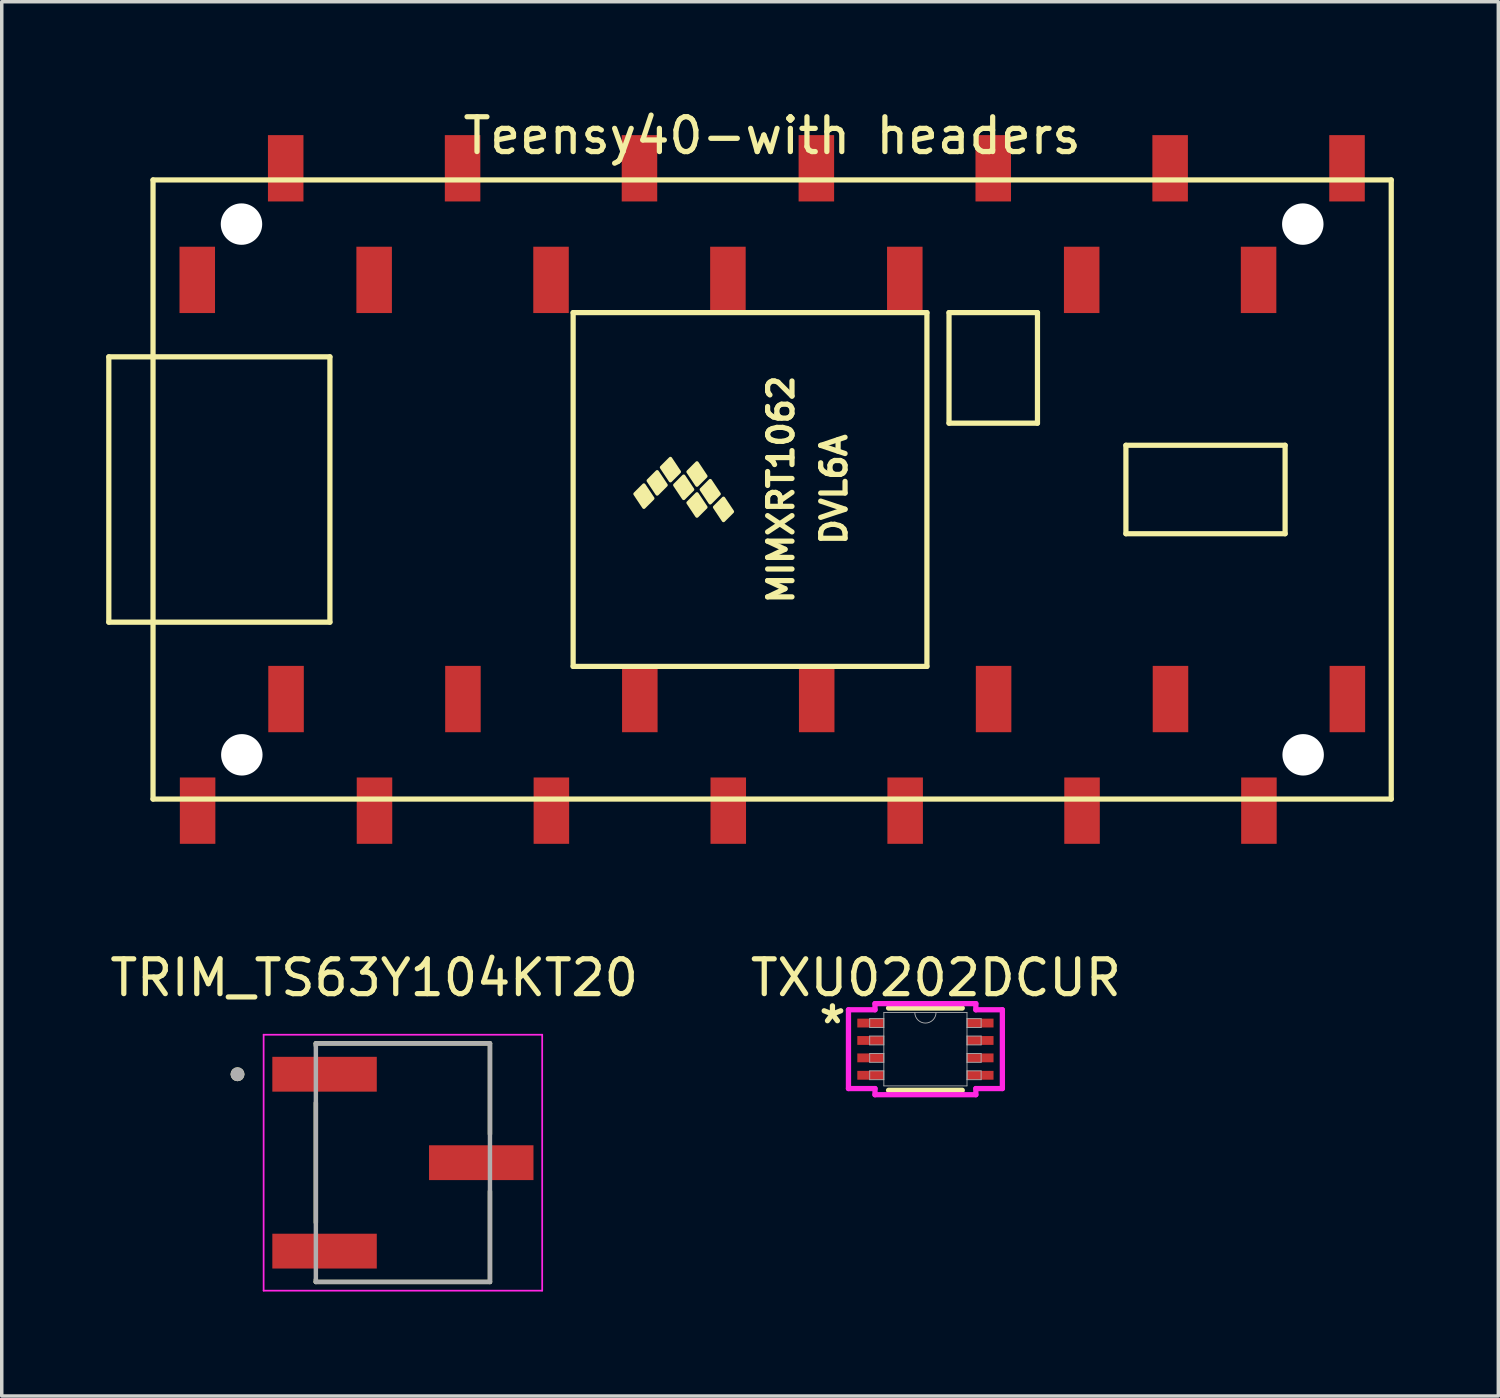
<source format=kicad_pcb>
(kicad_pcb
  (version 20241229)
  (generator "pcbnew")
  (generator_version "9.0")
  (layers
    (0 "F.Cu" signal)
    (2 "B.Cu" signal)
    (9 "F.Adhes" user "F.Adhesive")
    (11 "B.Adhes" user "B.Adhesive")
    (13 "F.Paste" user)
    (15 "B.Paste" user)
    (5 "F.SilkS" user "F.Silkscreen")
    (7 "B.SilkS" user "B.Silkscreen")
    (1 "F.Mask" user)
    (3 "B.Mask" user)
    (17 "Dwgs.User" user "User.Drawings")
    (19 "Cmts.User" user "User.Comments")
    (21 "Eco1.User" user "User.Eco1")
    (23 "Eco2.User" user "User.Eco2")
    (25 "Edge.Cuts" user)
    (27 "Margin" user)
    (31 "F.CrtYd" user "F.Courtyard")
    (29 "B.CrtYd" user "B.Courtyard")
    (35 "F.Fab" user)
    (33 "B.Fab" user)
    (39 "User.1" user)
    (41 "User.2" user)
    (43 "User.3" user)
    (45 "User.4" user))
  (footprint "Teensy40-with headers"
    (layer "F.Cu")
    (at 19.125 11.008)
    (property "Reference" "Teensy40-with headers" (at 0 -10.16 0) (layer "F.SilkS") (effects (font (size 1 1) (thickness 0.15))))
    (attr through_hole)
    (fp_line (start -19.05 -3.81) (end -17.78 -3.81) (stroke (width 0.15) (type solid)) (layer "F.SilkS"))
    (fp_line (start -19.05 3.81) (end -19.05 -3.81) (stroke (width 0.15) (type solid)) (layer "F.SilkS"))
    (fp_line (start -17.78 -8.89) (end 17.78 -8.89) (stroke (width 0.15) (type solid)) (layer "F.SilkS"))
    (fp_line (start -17.78 3.81) (end -19.05 3.81) (stroke (width 0.15) (type solid)) (layer "F.SilkS"))
    (fp_line (start -17.78 8.89) (end -17.78 -8.89) (stroke (width 0.15) (type solid)) (layer "F.SilkS"))
    (fp_line (start -12.7 -3.81) (end -17.78 -3.81) (stroke (width 0.15) (type solid)) (layer "F.SilkS"))
    (fp_line (start -12.7 3.81) (end -17.78 3.81) (stroke (width 0.15) (type solid)) (layer "F.SilkS"))
    (fp_line (start -12.7 3.81) (end -12.7 -3.81) (stroke (width 0.15) (type solid)) (layer "F.SilkS"))
    (fp_line (start -5.715 -5.08) (end -5.715 5.08) (stroke (width 0.15) (type solid)) (layer "F.SilkS"))
    (fp_line (start 4.445 -5.08) (end -5.715 -5.08) (stroke (width 0.15) (type solid)) (layer "F.SilkS"))
    (fp_line (start 4.445 5.08) (end -5.715 5.08) (stroke (width 0.15) (type solid)) (layer "F.SilkS"))
    (fp_line (start 4.445 5.08) (end 4.445 -5.08) (stroke (width 0.15) (type solid)) (layer "F.SilkS"))
    (fp_line (start 5.08 -5.08) (end 7.62 -5.08) (stroke (width 0.15) (type solid)) (layer "F.SilkS"))
    (fp_line (start 5.08 -1.905) (end 5.08 -5.08) (stroke (width 0.15) (type solid)) (layer "F.SilkS"))
    (fp_line (start 7.62 -5.08) (end 7.62 -1.905) (stroke (width 0.15) (type solid)) (layer "F.SilkS"))
    (fp_line (start 7.62 -1.905) (end 5.08 -1.905) (stroke (width 0.15) (type solid)) (layer "F.SilkS"))
    (fp_line (start 10.16 -1.27) (end 14.732 -1.27) (stroke (width 0.15) (type solid)) (layer "F.SilkS"))
    (fp_line (start 10.16 1.27) (end 10.16 -1.27) (stroke (width 0.15) (type solid)) (layer "F.SilkS"))
    (fp_line (start 14.732 -1.27) (end 14.732 1.27) (stroke (width 0.15) (type solid)) (layer "F.SilkS"))
    (fp_line (start 14.732 1.27) (end 10.16 1.27) (stroke (width 0.15) (type solid)) (layer "F.SilkS"))
    (fp_line (start 17.78 -8.89) (end 17.78 8.89) (stroke (width 0.15) (type solid)) (layer "F.SilkS"))
    (fp_line (start 17.78 8.89) (end -17.78 8.89) (stroke (width 0.15) (type solid)) (layer "F.SilkS"))
    (fp_poly (pts (xy -3.937 0.127) (xy -3.683 -0.127) (xy -3.429 0.254) (xy -3.683 0.508)) (stroke (width 0.1) (type solid)) (fill yes) (layer "F.SilkS"))
    (fp_poly (pts (xy -3.556 -0.254) (xy -3.302 -0.508) (xy -3.048 -0.127) (xy -3.302 0.127)) (stroke (width 0.1) (type solid)) (fill yes) (layer "F.SilkS"))
    (fp_poly (pts (xy -3.175 -0.635) (xy -2.921 -0.889) (xy -2.667 -0.508) (xy -2.921 -0.254)) (stroke (width 0.1) (type solid)) (fill yes) (layer "F.SilkS"))
    (fp_poly (pts (xy -2.794 -0.127) (xy -2.54 -0.381) (xy -2.286 0) (xy -2.54 0.254)) (stroke (width 0.1) (type solid)) (fill yes) (layer "F.SilkS"))
    (fp_poly (pts (xy -2.413 -0.508) (xy -2.159 -0.762) (xy -1.905 -0.381) (xy -2.159 -0.127)) (stroke (width 0.1) (type solid)) (fill yes) (layer "F.SilkS"))
    (fp_poly (pts (xy -2.413 0.381) (xy -2.159 0.127) (xy -1.905 0.508) (xy -2.159 0.762)) (stroke (width 0.1) (type solid)) (fill yes) (layer "F.SilkS"))
    (fp_poly (pts (xy -2.032 0) (xy -1.778 -0.254) (xy -1.524 0.127) (xy -1.778 0.381)) (stroke (width 0.1) (type solid)) (fill yes) (layer "F.SilkS"))
    (fp_poly (pts (xy -1.651 0.508) (xy -1.397 0.254) (xy -1.143 0.635) (xy -1.397 0.889)) (stroke (width 0.1) (type solid)) (fill yes) (layer "F.SilkS"))
    (fp_text user "DVL6A" (at 1.778 0 90) (layer "F.SilkS") (effects (font (size 0.7 0.7) (thickness 0.15))))
    (fp_text user "MIMXRT1062" (at 0.254 0 90) (layer "F.SilkS") (effects (font (size 0.7 0.7) (thickness 0.15))))
    (pad "" np_thru_hole circle (at -15.24 -7.622) (size 1.19 1.19) (drill 1.19) (layers "*.Cu" "*.Mask"))
    (pad "" np_thru_hole circle (at -15.23 7.62 180) (size 1.19 1.19) (drill 1.19) (layers "*.Cu" "*.Mask"))
    (pad "" np_thru_hole circle (at 15.24 -7.622) (size 1.19 1.19) (drill 1.19) (layers "*.Cu" "*.Mask"))
    (pad "" np_thru_hole circle (at 15.25 7.62 180) (size 1.19 1.19) (drill 1.19) (layers "*.Cu" "*.Mask"))
    (pad "1" smd rect (at -16.5 9.223 180) (size 1.02 1.905) (layers "F.Cu" "F.Mask" "F.Paste"))
    (pad "2" smd rect (at -13.96 6.018 180) (size 1.02 1.905) (layers "F.Cu" "F.Mask" "F.Paste"))
    (pad "3" smd rect (at -11.42 9.223 180) (size 1.02 1.905) (layers "F.Cu" "F.Mask" "F.Paste"))
    (pad "4" smd rect (at -8.88 6.018 180) (size 1.02 1.905) (layers "F.Cu" "F.Mask" "F.Paste"))
    (pad "5" smd rect (at -6.34 9.223 180) (size 1.02 1.905) (layers "F.Cu" "F.Mask" "F.Paste"))
    (pad "6" smd rect (at -3.8 6.018 180) (size 1.02 1.905) (layers "F.Cu" "F.Mask" "F.Paste"))
    (pad "7" smd rect (at -1.26 9.223 180) (size 1.02 1.905) (layers "F.Cu" "F.Mask" "F.Paste"))
    (pad "8" smd rect (at 1.28 6.018 180) (size 1.02 1.905) (layers "F.Cu" "F.Mask" "F.Paste"))
    (pad "9" smd rect (at 3.82 9.223 180) (size 1.02 1.905) (layers "F.Cu" "F.Mask" "F.Paste"))
    (pad "10" smd rect (at 6.36 6.018 180) (size 1.02 1.905) (layers "F.Cu" "F.Mask" "F.Paste"))
    (pad "11" smd rect (at 8.9 9.223 180) (size 1.02 1.905) (layers "F.Cu" "F.Mask" "F.Paste"))
    (pad "12" smd rect (at 11.44 6.018 180) (size 1.02 1.905) (layers "F.Cu" "F.Mask" "F.Paste"))
    (pad "13" smd rect (at 13.98 9.223 180) (size 1.02 1.905) (layers "F.Cu" "F.Mask" "F.Paste"))
    (pad "14" smd rect (at 16.52 6.018 180) (size 1.02 1.905) (layers "F.Cu" "F.Mask" "F.Paste"))
    (pad "20" smd rect (at 16.51 -9.225) (size 1.02 1.905) (layers "F.Cu" "F.Mask" "F.Paste"))
    (pad "21" smd rect (at 13.97 -6.02) (size 1.02 1.905) (layers "F.Cu" "F.Mask" "F.Paste"))
    (pad "22" smd rect (at 11.43 -9.225) (size 1.02 1.905) (layers "F.Cu" "F.Mask" "F.Paste"))
    (pad "23" smd rect (at 8.89 -6.02) (size 1.02 1.905) (layers "F.Cu" "F.Mask" "F.Paste"))
    (pad "24" smd rect (at 6.35 -9.225) (size 1.02 1.905) (layers "F.Cu" "F.Mask" "F.Paste"))
    (pad "25" smd rect (at 3.81 -6.02) (size 1.02 1.905) (layers "F.Cu" "F.Mask" "F.Paste"))
    (pad "26" smd rect (at 1.27 -9.225) (size 1.02 1.905) (layers "F.Cu" "F.Mask" "F.Paste"))
    (pad "27" smd rect (at -1.27 -6.02) (size 1.02 1.905) (layers "F.Cu" "F.Mask" "F.Paste"))
    (pad "28" smd rect (at -3.81 -9.225) (size 1.02 1.905) (layers "F.Cu" "F.Mask" "F.Paste"))
    (pad "29" smd rect (at -6.35 -6.02) (size 1.02 1.905) (layers "F.Cu" "F.Mask" "F.Paste"))
    (pad "30" smd rect (at -8.89 -9.225) (size 1.02 1.905) (layers "F.Cu" "F.Mask" "F.Paste"))
    (pad "31" smd rect (at -11.43 -6.02) (size 1.02 1.905) (layers "F.Cu" "F.Mask" "F.Paste"))
    (pad "32" smd rect (at -13.97 -9.225) (size 1.02 1.905) (layers "F.Cu" "F.Mask" "F.Paste"))
    (pad "33" smd rect (at -16.51 -6.02) (size 1.02 1.905) (layers "F.Cu" "F.Mask" "F.Paste")))
  (footprint "TRIM_TS63Y104KT20"
    (layer "F.Cu")
    (at 8.521 30.341)
    (property "Reference" "TRIM_TS63Y104KT20" (at -0.825 -5.31 0) (layer "F.SilkS") (effects (font (size 1 1) (thickness 0.15))))
    (attr smd)
    (fp_line (start -2.5 -3.425) (end 2.5 -3.425) (stroke (width 0.127) (type solid)) (layer "F.SilkS"))
    (fp_line (start -2.5 -3.36) (end -2.5 -3.425) (stroke (width 0.127) (type solid)) (layer "F.SilkS"))
    (fp_line (start -2.5 -1.72) (end -2.5 1.72) (stroke (width 0.127) (type solid)) (layer "F.SilkS"))
    (fp_line (start -2.5 3.425) (end -2.5 3.36) (stroke (width 0.127) (type solid)) (layer "F.SilkS"))
    (fp_line (start 2.5 -3.425) (end 2.5 -0.82) (stroke (width 0.127) (type solid)) (layer "F.SilkS"))
    (fp_line (start 2.5 3.425) (end -2.5 3.425) (stroke (width 0.127) (type solid)) (layer "F.SilkS"))
    (fp_line (start 2.5 3.425) (end 2.5 0.82) (stroke (width 0.127) (type solid)) (layer "F.SilkS"))
    (fp_circle (center -4.75 -2.54) (end -4.65 -2.54) (stroke (width 0.2) (type solid)) (fill no) (layer "F.SilkS"))
    (fp_line (start -4 -3.675) (end -4 3.675) (stroke (width 0.05) (type solid)) (layer "F.CrtYd"))
    (fp_line (start -4 3.675) (end 4 3.675) (stroke (width 0.05) (type solid)) (layer "F.CrtYd"))
    (fp_line (start 4 -3.675) (end -4 -3.675) (stroke (width 0.05) (type solid)) (layer "F.CrtYd"))
    (fp_line (start 4 3.675) (end 4 -3.675) (stroke (width 0.05) (type solid)) (layer "F.CrtYd"))
    (fp_line (start -2.5 -3.425) (end 2.5 -3.425) (stroke (width 0.127) (type solid)) (layer "F.Fab"))
    (fp_line (start -2.5 3.425) (end -2.5 -3.425) (stroke (width 0.127) (type solid)) (layer "F.Fab"))
    (fp_line (start 2.5 -3.425) (end 2.5 3.425) (stroke (width 0.127) (type solid)) (layer "F.Fab"))
    (fp_line (start 2.5 3.425) (end -2.5 3.425) (stroke (width 0.127) (type solid)) (layer "F.Fab"))
    (fp_circle (center -4.75 -2.54) (end -4.65 -2.54) (stroke (width 0.2) (type solid)) (fill no) (layer "F.Fab"))
    (pad "1" smd rect (at -2.25 -2.54) (size 3 1) (layers "F.Cu" "F.Mask" "F.Paste"))
    (pad "2" smd rect (at 2.25 0) (size 3 1) (layers "F.Cu" "F.Mask" "F.Paste"))
    (pad "3" smd rect (at -2.25 2.54) (size 3 1) (layers "F.Cu" "F.Mask" "F.Paste")))
  (footprint "TXU0202DCUR"
    (layer "F.Cu")
    (at 23.527 27.081)
    (property "Reference" "TXU0202DCUR" (at 0.3 -2.05 0) (unlocked yes) (layer "F.SilkS") (effects (font (size 1 1) (thickness 0.15))))
    (attr smd)
    (fp_line (start -1.058 1.181) (end 1.058 1.181) (stroke (width 0.152) (type solid)) (layer "F.SilkS"))
    (fp_line (start 1.058 -1.181) (end -1.058 -1.181) (stroke (width 0.152) (type solid)) (layer "F.SilkS"))
    (fp_line (start -2.21 -1.131) (end -1.448 -1.131) (stroke (width 0.152) (type solid)) (layer "F.CrtYd"))
    (fp_line (start -2.21 1.131) (end -2.21 -1.131) (stroke (width 0.152) (type solid)) (layer "F.CrtYd"))
    (fp_line (start -2.21 1.131) (end -1.448 1.131) (stroke (width 0.152) (type solid)) (layer "F.CrtYd"))
    (fp_line (start -1.448 -1.308) (end 1.448 -1.308) (stroke (width 0.152) (type solid)) (layer "F.CrtYd"))
    (fp_line (start -1.448 -1.131) (end -1.448 -1.308) (stroke (width 0.152) (type solid)) (layer "F.CrtYd"))
    (fp_line (start -1.448 1.308) (end -1.448 1.131) (stroke (width 0.152) (type solid)) (layer "F.CrtYd"))
    (fp_line (start 1.448 -1.308) (end 1.448 -1.131) (stroke (width 0.152) (type solid)) (layer "F.CrtYd"))
    (fp_line (start 1.448 1.131) (end 1.448 1.308) (stroke (width 0.152) (type solid)) (layer "F.CrtYd"))
    (fp_line (start 1.448 1.308) (end -1.448 1.308) (stroke (width 0.152) (type solid)) (layer "F.CrtYd"))
    (fp_line (start 2.21 -1.131) (end 1.448 -1.131) (stroke (width 0.152) (type solid)) (layer "F.CrtYd"))
    (fp_line (start 2.21 -1.131) (end 2.21 1.131) (stroke (width 0.152) (type solid)) (layer "F.CrtYd"))
    (fp_line (start 2.21 1.131) (end 1.448 1.131) (stroke (width 0.152) (type solid)) (layer "F.CrtYd"))
    (fp_line (start -1.6 -0.877) (end -1.6 -0.623) (stroke (width 0.025) (type solid)) (layer "F.Fab"))
    (fp_line (start -1.6 -0.623) (end -1.194 -0.623) (stroke (width 0.025) (type solid)) (layer "F.Fab"))
    (fp_line (start -1.6 -0.377) (end -1.6 -0.123) (stroke (width 0.025) (type solid)) (layer "F.Fab"))
    (fp_line (start -1.6 -0.123) (end -1.194 -0.123) (stroke (width 0.025) (type solid)) (layer "F.Fab"))
    (fp_line (start -1.6 0.123) (end -1.6 0.377) (stroke (width 0.025) (type solid)) (layer "F.Fab"))
    (fp_line (start -1.6 0.377) (end -1.194 0.377) (stroke (width 0.025) (type solid)) (layer "F.Fab"))
    (fp_line (start -1.6 0.623) (end -1.6 0.877) (stroke (width 0.025) (type solid)) (layer "F.Fab"))
    (fp_line (start -1.6 0.877) (end -1.194 0.877) (stroke (width 0.025) (type solid)) (layer "F.Fab"))
    (fp_line (start -1.194 -1.054) (end -1.194 1.054) (stroke (width 0.025) (type solid)) (layer "F.Fab"))
    (fp_line (start -1.194 -0.877) (end -1.6 -0.877) (stroke (width 0.025) (type solid)) (layer "F.Fab"))
    (fp_line (start -1.194 -0.623) (end -1.194 -0.877) (stroke (width 0.025) (type solid)) (layer "F.Fab"))
    (fp_line (start -1.194 -0.377) (end -1.6 -0.377) (stroke (width 0.025) (type solid)) (layer "F.Fab"))
    (fp_line (start -1.194 -0.123) (end -1.194 -0.377) (stroke (width 0.025) (type solid)) (layer "F.Fab"))
    (fp_line (start -1.194 0.123) (end -1.6 0.123) (stroke (width 0.025) (type solid)) (layer "F.Fab"))
    (fp_line (start -1.194 0.377) (end -1.194 0.123) (stroke (width 0.025) (type solid)) (layer "F.Fab"))
    (fp_line (start -1.194 0.623) (end -1.6 0.623) (stroke (width 0.025) (type solid)) (layer "F.Fab"))
    (fp_line (start -1.194 0.877) (end -1.194 0.623) (stroke (width 0.025) (type solid)) (layer "F.Fab"))
    (fp_line (start -1.194 1.054) (end 1.194 1.054) (stroke (width 0.025) (type solid)) (layer "F.Fab"))
    (fp_line (start 1.194 -1.054) (end -1.194 -1.054) (stroke (width 0.025) (type solid)) (layer "F.Fab"))
    (fp_line (start 1.194 -0.877) (end 1.194 -0.623) (stroke (width 0.025) (type solid)) (layer "F.Fab"))
    (fp_line (start 1.194 -0.623) (end 1.6 -0.623) (stroke (width 0.025) (type solid)) (layer "F.Fab"))
    (fp_line (start 1.194 -0.377) (end 1.194 -0.123) (stroke (width 0.025) (type solid)) (layer "F.Fab"))
    (fp_line (start 1.194 -0.123) (end 1.6 -0.123) (stroke (width 0.025) (type solid)) (layer "F.Fab"))
    (fp_line (start 1.194 0.123) (end 1.194 0.377) (stroke (width 0.025) (type solid)) (layer "F.Fab"))
    (fp_line (start 1.194 0.377) (end 1.6 0.377) (stroke (width 0.025) (type solid)) (layer "F.Fab"))
    (fp_line (start 1.194 0.623) (end 1.194 0.877) (stroke (width 0.025) (type solid)) (layer "F.Fab"))
    (fp_line (start 1.194 0.877) (end 1.6 0.877) (stroke (width 0.025) (type solid)) (layer "F.Fab"))
    (fp_line (start 1.194 1.054) (end 1.194 -1.054) (stroke (width 0.025) (type solid)) (layer "F.Fab"))
    (fp_line (start 1.6 -0.877) (end 1.194 -0.877) (stroke (width 0.025) (type solid)) (layer "F.Fab"))
    (fp_line (start 1.6 -0.623) (end 1.6 -0.877) (stroke (width 0.025) (type solid)) (layer "F.Fab"))
    (fp_line (start 1.6 -0.377) (end 1.194 -0.377) (stroke (width 0.025) (type solid)) (layer "F.Fab"))
    (fp_line (start 1.6 -0.123) (end 1.6 -0.377) (stroke (width 0.025) (type solid)) (layer "F.Fab"))
    (fp_line (start 1.6 0.123) (end 1.194 0.123) (stroke (width 0.025) (type solid)) (layer "F.Fab"))
    (fp_line (start 1.6 0.377) (end 1.6 0.123) (stroke (width 0.025) (type solid)) (layer "F.Fab"))
    (fp_line (start 1.6 0.623) (end 1.194 0.623) (stroke (width 0.025) (type solid)) (layer "F.Fab"))
    (fp_line (start 1.6 0.877) (end 1.6 0.623) (stroke (width 0.025) (type solid)) (layer "F.Fab"))
    (fp_arc (start 0.3048 -1.0541) (mid 0 -0.7493) (end -0.3048 -1.0541) (stroke (width 0.0254) (type solid)) (layer "F.Fab"))
    (fp_text user "*" (at -2.67 -0.7 0) (unlocked yes) (layer "F.SilkS") (effects (font (size 1 1) (thickness 0.15))))
    (pad "1" smd rect (at -1.575 -0.75) (size 0.762 0.254) (layers "F.Cu" "F.Mask" "F.Paste"))
    (pad "2" smd rect (at -1.575 -0.25) (size 0.762 0.254) (layers "F.Cu" "F.Mask" "F.Paste"))
    (pad "3" smd rect (at -1.575 0.25) (size 0.762 0.254) (layers "F.Cu" "F.Mask" "F.Paste"))
    (pad "4" smd rect (at -1.575 0.75) (size 0.762 0.254) (layers "F.Cu" "F.Mask" "F.Paste"))
    (pad "5" smd rect (at 1.575 0.75) (size 0.762 0.254) (layers "F.Cu" "F.Mask" "F.Paste"))
    (pad "6" smd rect (at 1.575 0.25) (size 0.762 0.254) (layers "F.Cu" "F.Mask" "F.Paste"))
    (pad "7" smd rect (at 1.575 -0.25) (size 0.762 0.254) (layers "F.Cu" "F.Mask" "F.Paste"))
    (pad "8" smd rect (at 1.575 -0.75) (size 0.762 0.254) (layers "F.Cu" "F.Mask" "F.Paste")))
  (gr_rect
    (start -3 -3)
    (end 39.98 37.041)
    (stroke (width 0.1) (type default))
    (fill no)
    (layer "Edge.Cuts")))
</source>
